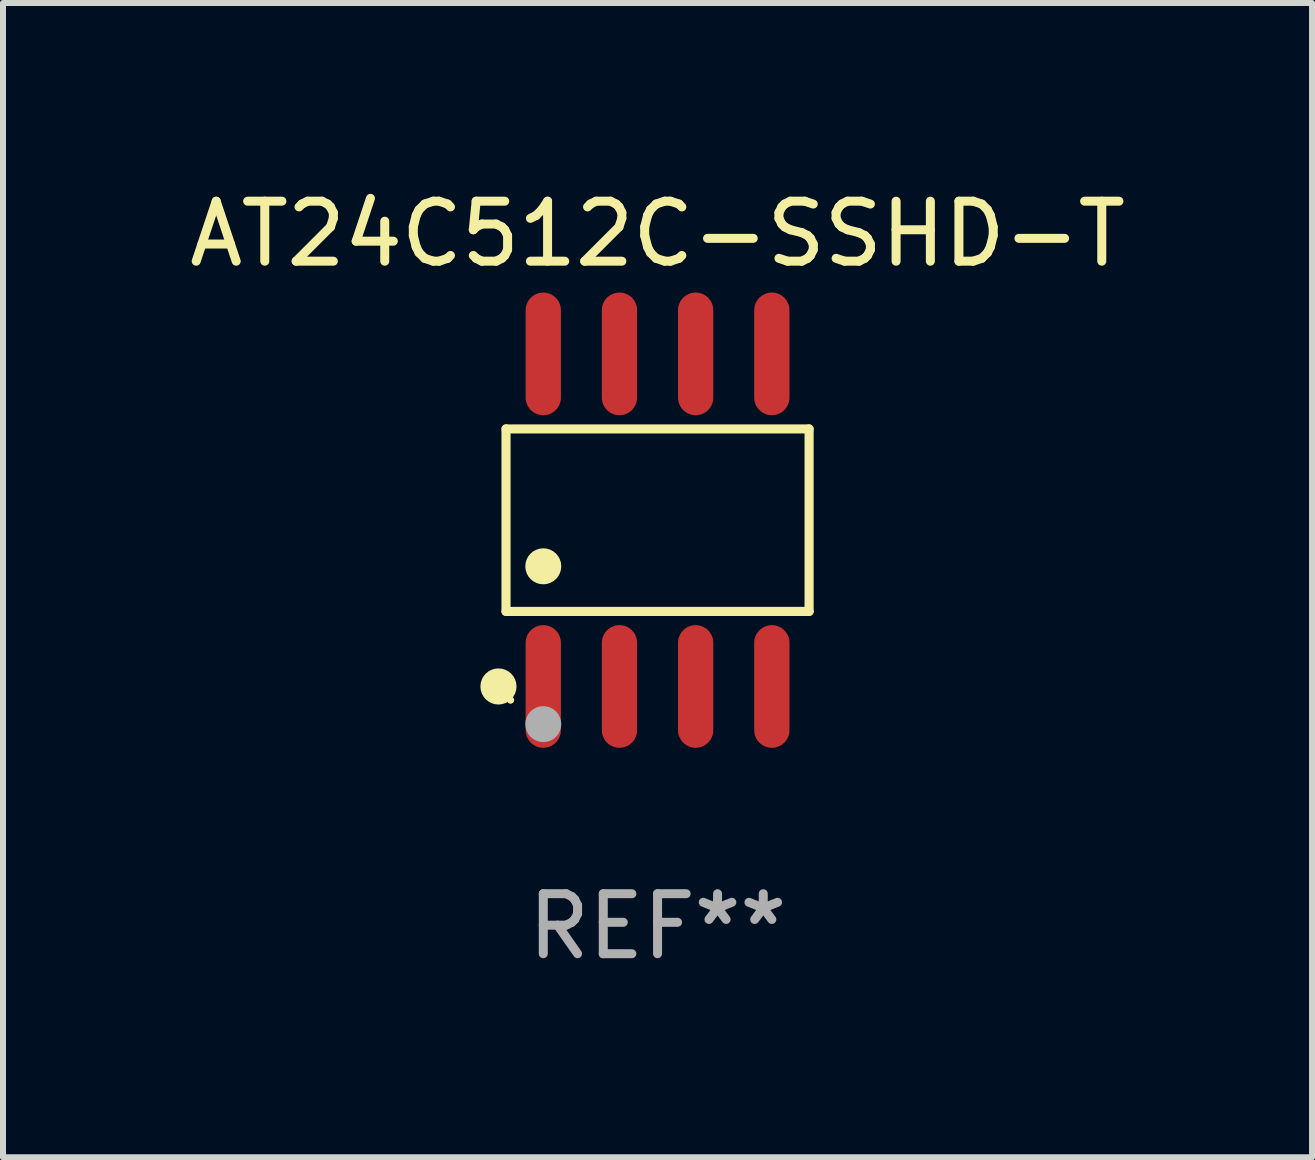
<source format=kicad_pcb>
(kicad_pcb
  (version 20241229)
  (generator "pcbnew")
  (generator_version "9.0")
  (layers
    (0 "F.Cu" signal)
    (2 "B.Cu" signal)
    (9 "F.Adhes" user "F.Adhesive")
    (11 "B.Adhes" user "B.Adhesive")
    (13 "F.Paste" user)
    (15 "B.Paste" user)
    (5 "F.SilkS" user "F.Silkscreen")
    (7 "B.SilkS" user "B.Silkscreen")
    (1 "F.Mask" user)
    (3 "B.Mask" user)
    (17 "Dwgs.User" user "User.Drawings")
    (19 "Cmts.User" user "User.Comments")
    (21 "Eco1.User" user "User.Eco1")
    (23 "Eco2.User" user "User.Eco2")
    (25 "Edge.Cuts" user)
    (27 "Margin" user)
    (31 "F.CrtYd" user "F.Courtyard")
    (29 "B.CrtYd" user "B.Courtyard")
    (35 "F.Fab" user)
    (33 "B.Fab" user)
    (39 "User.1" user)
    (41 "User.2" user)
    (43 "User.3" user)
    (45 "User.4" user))
  (footprint "AT24C512C-SSHD-T"
    (layer "F.Cu")
    (at 7.911 5.621)
    (property "Reference" "AT24C512C-SSHD-T" (at 0 -4.772 0) (layer "F.SilkS") (effects (font (size 1 1) (thickness 0.15))))
    (attr through_hole)
    (fp_line (start -2.526 -1.521) (end 2.526 -1.521) (stroke (width 0.152) (type solid)) (layer "F.SilkS"))
    (fp_line (start -2.526 1.521) (end -2.526 -1.521) (stroke (width 0.152) (type solid)) (layer "F.SilkS"))
    (fp_line (start 2.526 -1.521) (end 2.526 1.521) (stroke (width 0.152) (type solid)) (layer "F.SilkS"))
    (fp_line (start 2.526 1.521) (end -2.526 1.521) (stroke (width 0.152) (type solid)) (layer "F.SilkS"))
    (fp_circle (center -2.652 2.772) (end -2.501 2.772) (stroke (width 0.3) (type solid)) (fill no) (layer "F.SilkS"))
    (fp_circle (center -2.45 3) (end -2.42 3) (stroke (width 0.06) (type solid)) (fill no) (layer "F.SilkS"))
    (fp_circle (center -1.905 0.769) (end -1.755 0.769) (stroke (width 0.3) (type solid)) (fill no) (layer "F.SilkS"))
    (fp_circle (center -1.905 3.4) (end -1.755 3.4) (stroke (width 0.3) (type solid)) (fill no) (layer "F.Fab"))
    (fp_text user "REF**" (at 0 6.772 0) (layer "F.Fab") (effects (font (size 1 1) (thickness 0.15))))
    (pad "1" smd oval (at -1.905 2.772) (size 0.588 2.045) (layers "F.Cu" "F.Mask" "F.Paste"))
    (pad "2" smd oval (at -0.635 2.772) (size 0.588 2.045) (layers "F.Cu" "F.Mask" "F.Paste"))
    (pad "3" smd oval (at 0.635 2.772) (size 0.588 2.045) (layers "F.Cu" "F.Mask" "F.Paste"))
    (pad "4" smd oval (at 1.905 2.772) (size 0.588 2.045) (layers "F.Cu" "F.Mask" "F.Paste"))
    (pad "5" smd oval (at 1.905 -2.772) (size 0.588 2.045) (layers "F.Cu" "F.Mask" "F.Paste"))
    (pad "6" smd oval (at 0.635 -2.772) (size 0.588 2.045) (layers "F.Cu" "F.Mask" "F.Paste"))
    (pad "7" smd oval (at -0.635 -2.772) (size 0.588 2.045) (layers "F.Cu" "F.Mask" "F.Paste"))
    (pad "8" smd oval (at -1.905 -2.772) (size 0.588 2.045) (layers "F.Cu" "F.Mask" "F.Paste")))
  (gr_rect
    (start -3 -3)
    (end 18.821 16.241)
    (stroke (width 0.1) (type default))
    (fill no)
    (layer "Edge.Cuts")))
</source>
